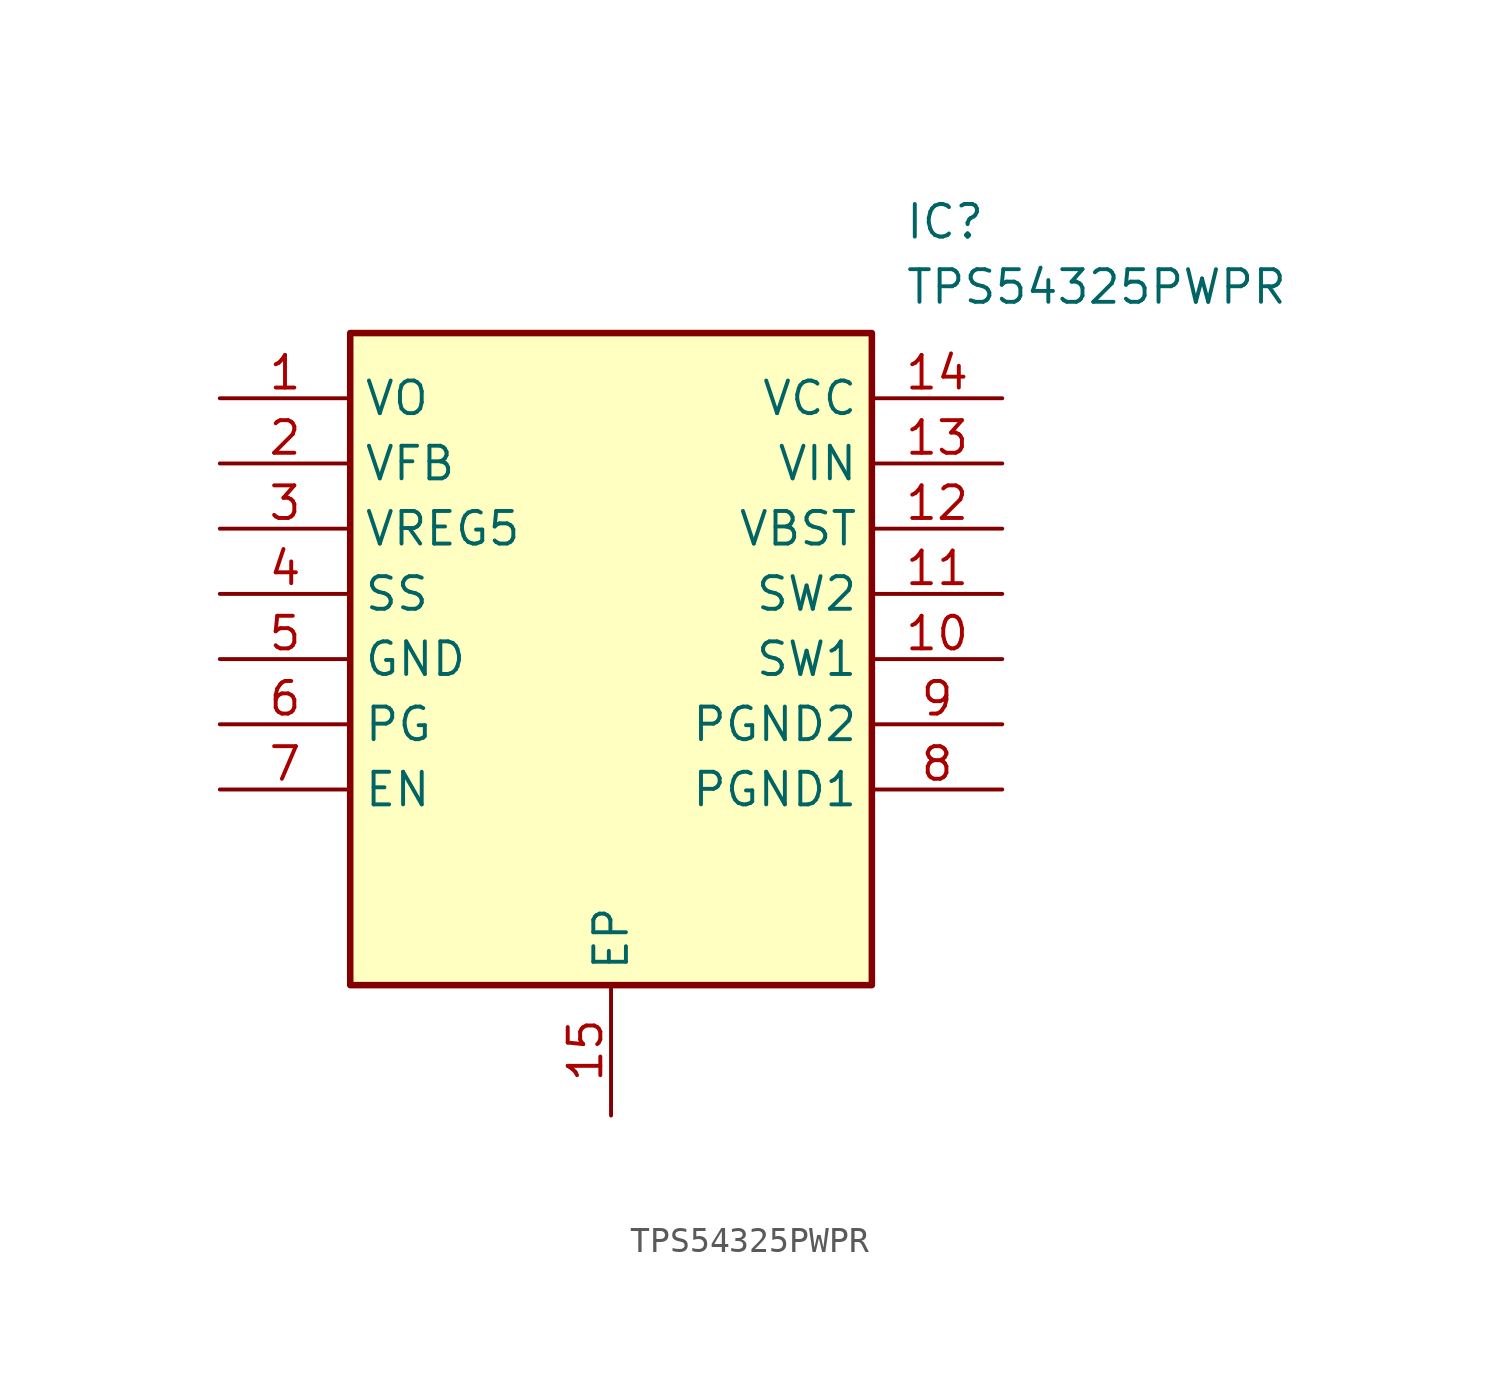
<source format=kicad_sym>
(kicad_symbol_lib
  (version 20211014)
  (generator SamacSys_ECAD_Model)
  (symbol "TPS54325PWPR"
    (property "Reference" "IC"
      (at 26.67 7.62 0)
      (effects (font (size 1.27 1.27)) (justify left top)))
    (property "Value" "TPS54325PWPR"
      (at 26.67 5.08 0)
      (effects (font (size 1.27 1.27)) (justify left top)))
    (rectangle
      (start 5.08 2.54)
      (end 25.4 -22.86)
      (stroke (width 0.254) (type default))
      (fill (type background)))
    (pin passive line
      (at 0 0 0)
      (length 5.08)
      (name "VO" (effects (font (size 1.27 1.27))))
      (number "1" (effects (font (size 1.27 1.27)))))
    (pin passive line
      (at 0 -2.54 0)
      (length 5.08)
      (name "VFB" (effects (font (size 1.27 1.27))))
      (number "2" (effects (font (size 1.27 1.27)))))
    (pin passive line
      (at 0 -5.08 0)
      (length 5.08)
      (name "VREG5" (effects (font (size 1.27 1.27))))
      (number "3" (effects (font (size 1.27 1.27)))))
    (pin passive line
      (at 0 -7.62 0)
      (length 5.08)
      (name "SS" (effects (font (size 1.27 1.27))))
      (number "4" (effects (font (size 1.27 1.27)))))
    (pin passive line
      (at 0 -10.16 0)
      (length 5.08)
      (name "GND" (effects (font (size 1.27 1.27))))
      (number "5" (effects (font (size 1.27 1.27)))))
    (pin passive line
      (at 0 -12.7 0)
      (length 5.08)
      (name "PG" (effects (font (size 1.27 1.27))))
      (number "6" (effects (font (size 1.27 1.27)))))
    (pin passive line
      (at 0 -15.24 0)
      (length 5.08)
      (name "EN" (effects (font (size 1.27 1.27))))
      (number "7" (effects (font (size 1.27 1.27)))))
    (pin passive line
      (at 15.24 -27.94 90)
      (length 5.08)
      (name "EP" (effects (font (size 1.27 1.27))))
      (number "15" (effects (font (size 1.27 1.27)))))
    (pin passive line
      (at 30.48 0 180)
      (length 5.08)
      (name "VCC" (effects (font (size 1.27 1.27))))
      (number "14" (effects (font (size 1.27 1.27)))))
    (pin passive line
      (at 30.48 -2.54 180)
      (length 5.08)
      (name "VIN" (effects (font (size 1.27 1.27))))
      (number "13" (effects (font (size 1.27 1.27)))))
    (pin passive line
      (at 30.48 -5.08 180)
      (length 5.08)
      (name "VBST" (effects (font (size 1.27 1.27))))
      (number "12" (effects (font (size 1.27 1.27)))))
    (pin passive line
      (at 30.48 -7.62 180)
      (length 5.08)
      (name "SW2" (effects (font (size 1.27 1.27))))
      (number "11" (effects (font (size 1.27 1.27)))))
    (pin passive line
      (at 30.48 -10.16 180)
      (length 5.08)
      (name "SW1" (effects (font (size 1.27 1.27))))
      (number "10" (effects (font (size 1.27 1.27)))))
    (pin passive line
      (at 30.48 -12.7 180)
      (length 5.08)
      (name "PGND2" (effects (font (size 1.27 1.27))))
      (number "9" (effects (font (size 1.27 1.27)))))
    (pin passive line
      (at 30.48 -15.24 180)
      (length 5.08)
      (name "PGND1" (effects (font (size 1.27 1.27))))
      (number "8" (effects (font (size 1.27 1.27)))))))
</source>
